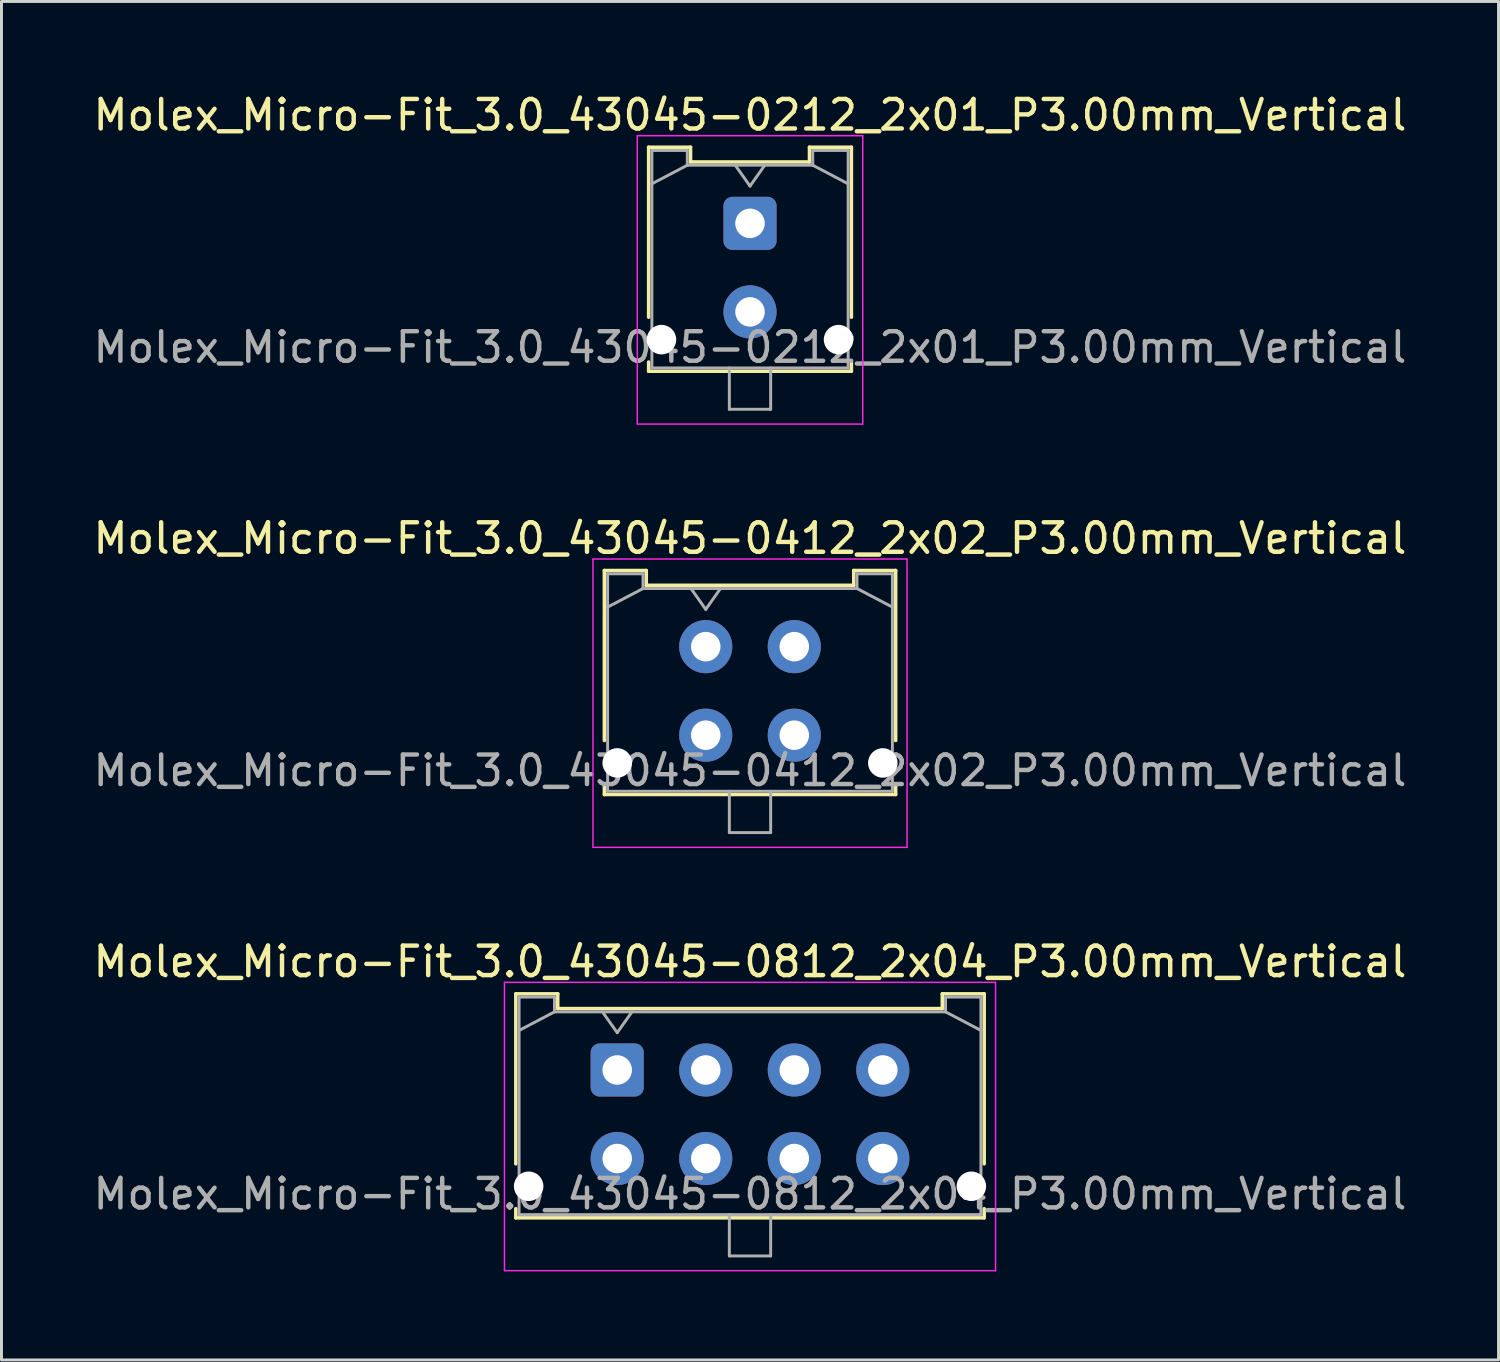
<source format=kicad_pcb>
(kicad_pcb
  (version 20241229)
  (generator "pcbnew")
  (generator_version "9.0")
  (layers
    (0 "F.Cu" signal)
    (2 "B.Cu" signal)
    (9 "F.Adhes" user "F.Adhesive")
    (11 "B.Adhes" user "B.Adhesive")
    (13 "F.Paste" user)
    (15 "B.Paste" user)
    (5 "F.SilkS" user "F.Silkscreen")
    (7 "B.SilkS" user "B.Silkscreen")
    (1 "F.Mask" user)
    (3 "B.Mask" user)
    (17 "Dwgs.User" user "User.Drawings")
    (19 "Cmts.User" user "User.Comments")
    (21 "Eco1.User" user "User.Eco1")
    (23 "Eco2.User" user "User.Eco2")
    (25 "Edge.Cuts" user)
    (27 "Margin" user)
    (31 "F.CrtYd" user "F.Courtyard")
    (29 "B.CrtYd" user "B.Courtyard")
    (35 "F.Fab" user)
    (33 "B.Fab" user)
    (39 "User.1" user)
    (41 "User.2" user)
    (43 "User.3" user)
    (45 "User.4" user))
  (footprint "Molex_Micro-Fit_3.0_43045-0412_2x02_P3.00mm_Vertical"
    (layer "F.Cu")
    (at 20.863 18.861)
    (property "Reference" "Molex_Micro-Fit_3.0_43045-0412_2x02_P3.00mm_Vertical" (at 1.5 -3.67 0) (layer "F.SilkS") (effects (font (size 1 1) (thickness 0.15))))
    (attr through_hole)
    (fp_line (start -3.435 -2.58) (end -2.015 -2.58) (stroke (width 0.12) (type solid)) (layer "F.SilkS"))
    (fp_line (start -3.435 3.18) (end -3.435 -2.58) (stroke (width 0.12) (type solid)) (layer "F.SilkS"))
    (fp_line (start -3.435 4.7) (end -3.435 5.01) (stroke (width 0.12) (type solid)) (layer "F.SilkS"))
    (fp_line (start -3.435 5.01) (end 6.435 5.01) (stroke (width 0.12) (type solid)) (layer "F.SilkS"))
    (fp_line (start -2.015 -2.58) (end -2.015 -2.08) (stroke (width 0.12) (type solid)) (layer "F.SilkS"))
    (fp_line (start -2.015 -2.08) (end 5.015 -2.08) (stroke (width 0.12) (type solid)) (layer "F.SilkS"))
    (fp_line (start 5.015 -2.58) (end 6.435 -2.58) (stroke (width 0.12) (type solid)) (layer "F.SilkS"))
    (fp_line (start 5.015 -2.08) (end 5.015 -2.58) (stroke (width 0.12) (type solid)) (layer "F.SilkS"))
    (fp_line (start 6.435 -2.58) (end 6.435 3.18) (stroke (width 0.12) (type solid)) (layer "F.SilkS"))
    (fp_line (start 6.435 5.01) (end 6.435 4.7) (stroke (width 0.12) (type solid)) (layer "F.SilkS"))
    (fp_line (start -3.82 -2.97) (end 6.82 -2.97) (stroke (width 0.05) (type solid)) (layer "F.CrtYd"))
    (fp_line (start -3.82 6.8) (end -3.82 -2.97) (stroke (width 0.05) (type solid)) (layer "F.CrtYd"))
    (fp_line (start 6.82 -2.97) (end 6.82 6.8) (stroke (width 0.05) (type solid)) (layer "F.CrtYd"))
    (fp_line (start 6.82 6.8) (end -3.82 6.8) (stroke (width 0.05) (type solid)) (layer "F.CrtYd"))
    (fp_line (start -3.325 -2.47) (end -3.325 4.9) (stroke (width 0.1) (type solid)) (layer "F.Fab"))
    (fp_line (start -3.325 -1.34) (end -2.125 -1.97) (stroke (width 0.1) (type solid)) (layer "F.Fab"))
    (fp_line (start -3.325 4.9) (end 6.325 4.9) (stroke (width 0.1) (type solid)) (layer "F.Fab"))
    (fp_line (start -2.125 -2.47) (end -3.325 -2.47) (stroke (width 0.1) (type solid)) (layer "F.Fab"))
    (fp_line (start -2.125 -1.97) (end -2.125 -2.47) (stroke (width 0.1) (type solid)) (layer "F.Fab"))
    (fp_line (start -0.5 -1.97) (end 0 -1.263) (stroke (width 0.1) (type solid)) (layer "F.Fab"))
    (fp_line (start 0 -1.263) (end 0.5 -1.97) (stroke (width 0.1) (type solid)) (layer "F.Fab"))
    (fp_line (start 0.8 4.9) (end 0.8 6.3) (stroke (width 0.1) (type solid)) (layer "F.Fab"))
    (fp_line (start 0.8 6.3) (end 2.2 6.3) (stroke (width 0.1) (type solid)) (layer "F.Fab"))
    (fp_line (start 2.2 6.3) (end 2.2 4.9) (stroke (width 0.1) (type solid)) (layer "F.Fab"))
    (fp_line (start 5.125 -2.47) (end 5.125 -1.97) (stroke (width 0.1) (type solid)) (layer "F.Fab"))
    (fp_line (start 5.125 -1.97) (end -2.125 -1.97) (stroke (width 0.1) (type solid)) (layer "F.Fab"))
    (fp_line (start 6.325 -2.47) (end 5.125 -2.47) (stroke (width 0.1) (type solid)) (layer "F.Fab"))
    (fp_line (start 6.325 -1.34) (end 5.125 -1.97) (stroke (width 0.1) (type solid)) (layer "F.Fab"))
    (fp_line (start 6.325 4.9) (end 6.325 -2.47) (stroke (width 0.1) (type solid)) (layer "F.Fab"))
    (fp_text user "${REFERENCE}" (at 1.5 4.2 0) (layer "F.Fab") (effects (font (size 1 1) (thickness 0.15))))
    (pad "" np_thru_hole circle (at -3 3.94) (size 1 1) (drill 1) (layers "*.Cu" "*.Mask"))
    (pad "" np_thru_hole circle (at 6 3.94) (size 1 1) (drill 1) (layers "*.Cu" "*.Mask"))
    (pad "1" thru_hole circle (at 0 0) (size 1.8 1.8) (drill 1) (layers "*.Cu" "*.Mask"))
    (pad "2" thru_hole circle (at 3 0) (size 1.8 1.8) (drill 1) (layers "*.Cu" "*.Mask"))
    (pad "3" thru_hole circle (at 0 3) (size 1.8 1.8) (drill 1) (layers "*.Cu" "*.Mask"))
    (pad "4" thru_hole circle (at 3 3) (size 1.8 1.8) (drill 1) (layers "*.Cu" "*.Mask")))
  (footprint "Molex_Micro-Fit_3.0_43045-0812_2x04_P3.00mm_Vertical"
    (layer "F.Cu")
    (at 17.863 33.205)
    (property "Reference" "Molex_Micro-Fit_3.0_43045-0812_2x04_P3.00mm_Vertical" (at 4.5 -3.67 0) (layer "F.SilkS") (effects (font (size 1 1) (thickness 0.15))))
    (attr through_hole)
    (fp_line (start -3.435 -2.58) (end -2.015 -2.58) (stroke (width 0.12) (type solid)) (layer "F.SilkS"))
    (fp_line (start -3.435 3.18) (end -3.435 -2.58) (stroke (width 0.12) (type solid)) (layer "F.SilkS"))
    (fp_line (start -3.435 4.7) (end -3.435 5.01) (stroke (width 0.12) (type solid)) (layer "F.SilkS"))
    (fp_line (start -3.435 5.01) (end 12.435 5.01) (stroke (width 0.12) (type solid)) (layer "F.SilkS"))
    (fp_line (start -2.015 -2.58) (end -2.015 -2.08) (stroke (width 0.12) (type solid)) (layer "F.SilkS"))
    (fp_line (start -2.015 -2.08) (end 11.015 -2.08) (stroke (width 0.12) (type solid)) (layer "F.SilkS"))
    (fp_line (start 11.015 -2.58) (end 12.435 -2.58) (stroke (width 0.12) (type solid)) (layer "F.SilkS"))
    (fp_line (start 11.015 -2.08) (end 11.015 -2.58) (stroke (width 0.12) (type solid)) (layer "F.SilkS"))
    (fp_line (start 12.435 -2.58) (end 12.435 3.18) (stroke (width 0.12) (type solid)) (layer "F.SilkS"))
    (fp_line (start 12.435 5.01) (end 12.435 4.7) (stroke (width 0.12) (type solid)) (layer "F.SilkS"))
    (fp_line (start -3.82 -2.97) (end 12.82 -2.97) (stroke (width 0.05) (type solid)) (layer "F.CrtYd"))
    (fp_line (start -3.82 6.8) (end -3.82 -2.97) (stroke (width 0.05) (type solid)) (layer "F.CrtYd"))
    (fp_line (start 12.82 -2.97) (end 12.82 6.8) (stroke (width 0.05) (type solid)) (layer "F.CrtYd"))
    (fp_line (start 12.82 6.8) (end -3.82 6.8) (stroke (width 0.05) (type solid)) (layer "F.CrtYd"))
    (fp_line (start -3.325 -2.47) (end -3.325 4.9) (stroke (width 0.1) (type solid)) (layer "F.Fab"))
    (fp_line (start -3.325 -1.34) (end -2.125 -1.97) (stroke (width 0.1) (type solid)) (layer "F.Fab"))
    (fp_line (start -3.325 4.9) (end 12.325 4.9) (stroke (width 0.1) (type solid)) (layer "F.Fab"))
    (fp_line (start -2.125 -2.47) (end -3.325 -2.47) (stroke (width 0.1) (type solid)) (layer "F.Fab"))
    (fp_line (start -2.125 -1.97) (end -2.125 -2.47) (stroke (width 0.1) (type solid)) (layer "F.Fab"))
    (fp_line (start -0.5 -1.97) (end 0 -1.263) (stroke (width 0.1) (type solid)) (layer "F.Fab"))
    (fp_line (start 0 -1.263) (end 0.5 -1.97) (stroke (width 0.1) (type solid)) (layer "F.Fab"))
    (fp_line (start 3.8 4.9) (end 3.8 6.3) (stroke (width 0.1) (type solid)) (layer "F.Fab"))
    (fp_line (start 3.8 6.3) (end 5.2 6.3) (stroke (width 0.1) (type solid)) (layer "F.Fab"))
    (fp_line (start 5.2 6.3) (end 5.2 4.9) (stroke (width 0.1) (type solid)) (layer "F.Fab"))
    (fp_line (start 11.125 -2.47) (end 11.125 -1.97) (stroke (width 0.1) (type solid)) (layer "F.Fab"))
    (fp_line (start 11.125 -1.97) (end -2.125 -1.97) (stroke (width 0.1) (type solid)) (layer "F.Fab"))
    (fp_line (start 12.325 -2.47) (end 11.125 -2.47) (stroke (width 0.1) (type solid)) (layer "F.Fab"))
    (fp_line (start 12.325 -1.34) (end 11.125 -1.97) (stroke (width 0.1) (type solid)) (layer "F.Fab"))
    (fp_line (start 12.325 4.9) (end 12.325 -2.47) (stroke (width 0.1) (type solid)) (layer "F.Fab"))
    (fp_text user "${REFERENCE}" (at 4.5 4.2 0) (layer "F.Fab") (effects (font (size 1 1) (thickness 0.15))))
    (pad "" np_thru_hole circle (at -3 3.94) (size 1 1) (drill 1) (layers "*.Cu" "*.Mask"))
    (pad "" np_thru_hole circle (at 12 3.94) (size 1 1) (drill 1) (layers "*.Cu" "*.Mask"))
    (pad "1" thru_hole roundrect (at 0 0) (size 1.8 1.8) (drill 1) (layers "*.Cu" "*.Mask") (roundrect_rratio 0.167))
    (pad "2" thru_hole circle (at 3 0) (size 1.8 1.8) (drill 1) (layers "*.Cu" "*.Mask"))
    (pad "3" thru_hole circle (at 6 0) (size 1.8 1.8) (drill 1) (layers "*.Cu" "*.Mask"))
    (pad "4" thru_hole circle (at 9 0) (size 1.8 1.8) (drill 1) (layers "*.Cu" "*.Mask"))
    (pad "5" thru_hole circle (at 0 3) (size 1.8 1.8) (drill 1) (layers "*.Cu" "*.Mask"))
    (pad "6" thru_hole circle (at 3 3) (size 1.8 1.8) (drill 1) (layers "*.Cu" "*.Mask"))
    (pad "7" thru_hole circle (at 6 3) (size 1.8 1.8) (drill 1) (layers "*.Cu" "*.Mask"))
    (pad "8" thru_hole circle (at 9 3) (size 1.8 1.8) (drill 1) (layers "*.Cu" "*.Mask")))
  (footprint "Molex_Micro-Fit_3.0_43045-0212_2x01_P3.00mm_Vertical"
    (layer "F.Cu")
    (at 22.363 4.518)
    (property "Reference" "Molex_Micro-Fit_3.0_43045-0212_2x01_P3.00mm_Vertical" (at 0 -3.67 0) (layer "F.SilkS") (effects (font (size 1 1) (thickness 0.15))))
    (attr through_hole)
    (fp_line (start -3.435 -2.58) (end -2.015 -2.58) (stroke (width 0.12) (type solid)) (layer "F.SilkS"))
    (fp_line (start -3.435 3.18) (end -3.435 -2.58) (stroke (width 0.12) (type solid)) (layer "F.SilkS"))
    (fp_line (start -3.435 4.7) (end -3.435 5.01) (stroke (width 0.12) (type solid)) (layer "F.SilkS"))
    (fp_line (start -3.435 5.01) (end 3.435 5.01) (stroke (width 0.12) (type solid)) (layer "F.SilkS"))
    (fp_line (start -2.015 -2.58) (end -2.015 -2.08) (stroke (width 0.12) (type solid)) (layer "F.SilkS"))
    (fp_line (start -2.015 -2.08) (end 2.015 -2.08) (stroke (width 0.12) (type solid)) (layer "F.SilkS"))
    (fp_line (start 2.015 -2.58) (end 3.435 -2.58) (stroke (width 0.12) (type solid)) (layer "F.SilkS"))
    (fp_line (start 2.015 -2.08) (end 2.015 -2.58) (stroke (width 0.12) (type solid)) (layer "F.SilkS"))
    (fp_line (start 3.435 -2.58) (end 3.435 3.18) (stroke (width 0.12) (type solid)) (layer "F.SilkS"))
    (fp_line (start 3.435 5.01) (end 3.435 4.7) (stroke (width 0.12) (type solid)) (layer "F.SilkS"))
    (fp_line (start -3.82 -2.97) (end 3.82 -2.97) (stroke (width 0.05) (type solid)) (layer "F.CrtYd"))
    (fp_line (start -3.82 6.8) (end -3.82 -2.97) (stroke (width 0.05) (type solid)) (layer "F.CrtYd"))
    (fp_line (start 3.82 -2.97) (end 3.82 6.8) (stroke (width 0.05) (type solid)) (layer "F.CrtYd"))
    (fp_line (start 3.82 6.8) (end -3.82 6.8) (stroke (width 0.05) (type solid)) (layer "F.CrtYd"))
    (fp_line (start -3.325 -2.47) (end -3.325 4.9) (stroke (width 0.1) (type solid)) (layer "F.Fab"))
    (fp_line (start -3.325 -1.34) (end -2.125 -1.97) (stroke (width 0.1) (type solid)) (layer "F.Fab"))
    (fp_line (start -3.325 4.9) (end 3.325 4.9) (stroke (width 0.1) (type solid)) (layer "F.Fab"))
    (fp_line (start -2.125 -2.47) (end -3.325 -2.47) (stroke (width 0.1) (type solid)) (layer "F.Fab"))
    (fp_line (start -2.125 -1.97) (end -2.125 -2.47) (stroke (width 0.1) (type solid)) (layer "F.Fab"))
    (fp_line (start -0.7 4.9) (end -0.7 6.3) (stroke (width 0.1) (type solid)) (layer "F.Fab"))
    (fp_line (start -0.7 6.3) (end 0.7 6.3) (stroke (width 0.1) (type solid)) (layer "F.Fab"))
    (fp_line (start -0.5 -1.97) (end 0 -1.263) (stroke (width 0.1) (type solid)) (layer "F.Fab"))
    (fp_line (start 0 -1.263) (end 0.5 -1.97) (stroke (width 0.1) (type solid)) (layer "F.Fab"))
    (fp_line (start 0.7 6.3) (end 0.7 4.9) (stroke (width 0.1) (type solid)) (layer "F.Fab"))
    (fp_line (start 2.125 -2.47) (end 2.125 -1.97) (stroke (width 0.1) (type solid)) (layer "F.Fab"))
    (fp_line (start 2.125 -1.97) (end -2.125 -1.97) (stroke (width 0.1) (type solid)) (layer "F.Fab"))
    (fp_line (start 3.325 -2.47) (end 2.125 -2.47) (stroke (width 0.1) (type solid)) (layer "F.Fab"))
    (fp_line (start 3.325 -1.34) (end 2.125 -1.97) (stroke (width 0.1) (type solid)) (layer "F.Fab"))
    (fp_line (start 3.325 4.9) (end 3.325 -2.47) (stroke (width 0.1) (type solid)) (layer "F.Fab"))
    (fp_text user "${REFERENCE}" (at 0 4.2 0) (layer "F.Fab") (effects (font (size 1 1) (thickness 0.15))))
    (pad "" np_thru_hole circle (at -3 3.94) (size 1 1) (drill 1) (layers "*.Cu" "*.Mask"))
    (pad "" np_thru_hole circle (at 3 3.94) (size 1 1) (drill 1) (layers "*.Cu" "*.Mask"))
    (pad "1" thru_hole roundrect (at 0 0) (size 1.8 1.8) (drill 1) (layers "*.Cu" "*.Mask") (roundrect_rratio 0.167))
    (pad "2" thru_hole circle (at 0 3) (size 1.8 1.8) (drill 1) (layers "*.Cu" "*.Mask")))
  (gr_rect
    (start -3 -3)
    (end 47.726 43.03)
    (stroke (width 0.1) (type default))
    (fill no)
    (layer "Edge.Cuts")))
</source>
